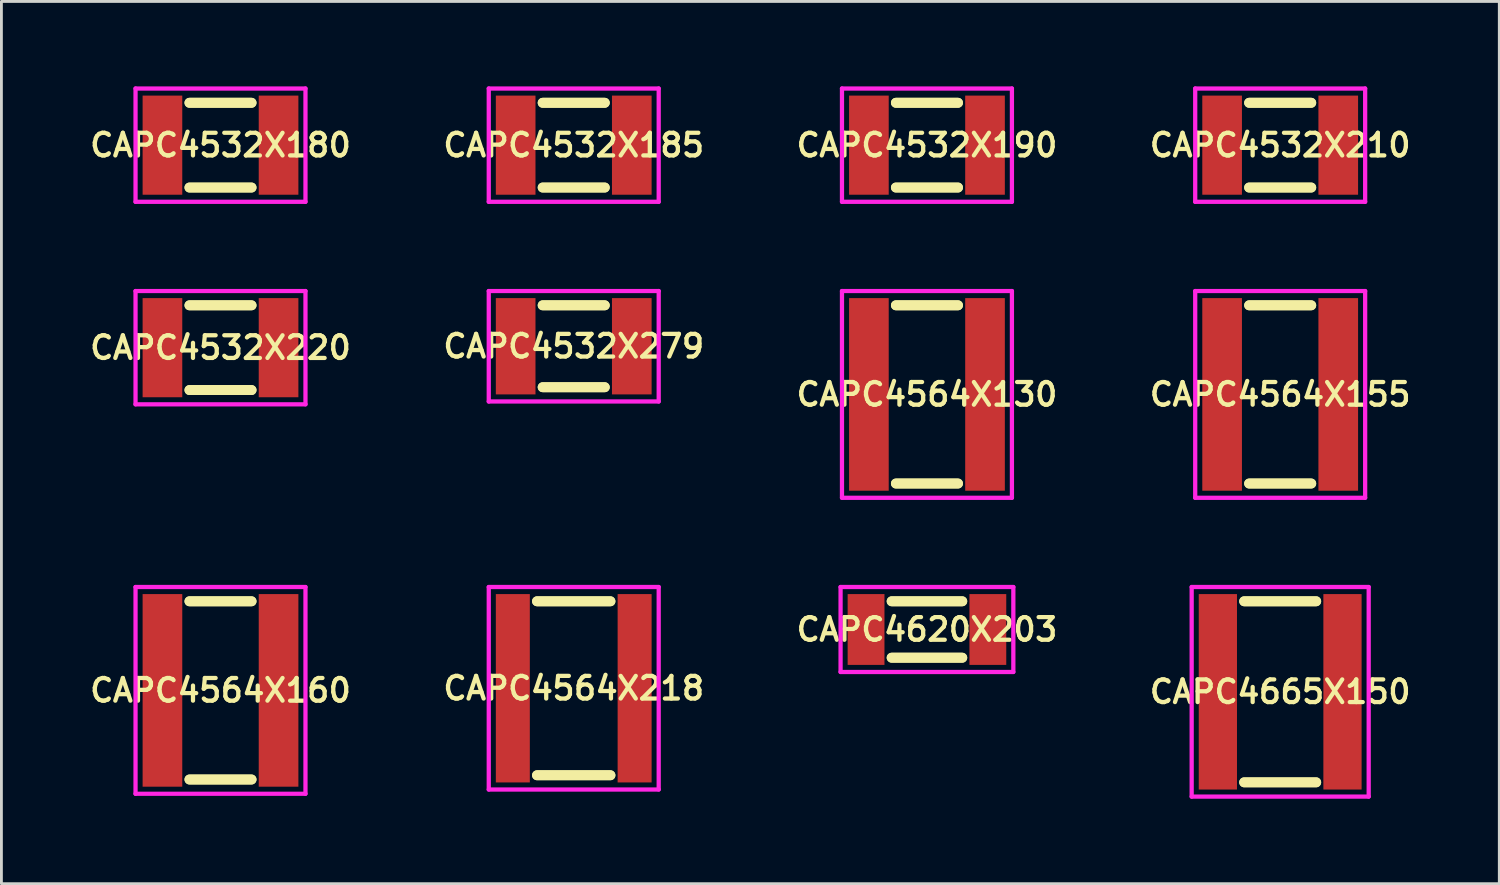
<source format=kicad_pcb>
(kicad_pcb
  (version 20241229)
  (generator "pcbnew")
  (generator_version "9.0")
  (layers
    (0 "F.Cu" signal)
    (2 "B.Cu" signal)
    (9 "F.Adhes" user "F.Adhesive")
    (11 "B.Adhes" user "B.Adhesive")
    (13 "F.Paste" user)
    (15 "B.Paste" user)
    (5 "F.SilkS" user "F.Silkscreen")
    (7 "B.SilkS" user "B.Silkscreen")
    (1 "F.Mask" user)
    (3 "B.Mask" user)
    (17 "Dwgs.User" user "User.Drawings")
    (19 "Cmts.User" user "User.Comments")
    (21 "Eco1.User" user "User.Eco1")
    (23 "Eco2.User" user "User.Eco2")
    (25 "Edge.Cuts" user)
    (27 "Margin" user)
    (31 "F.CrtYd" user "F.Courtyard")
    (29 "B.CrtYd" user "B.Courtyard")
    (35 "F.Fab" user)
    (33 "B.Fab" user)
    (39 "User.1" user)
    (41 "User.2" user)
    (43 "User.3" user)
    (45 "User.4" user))
  (footprint "CAPC4620X203"
    (layer "F.Cu")
    (at 29.677 19.175)
    (property "Reference" "CAPC4620X203" (at 0 0 0) (layer "F.SilkS") (effects (font (size 0.8 0.8) (thickness 0.15))))
    (attr smd)
    (fp_line (start -1.246 -0.996) (end 1.246 -0.996) (stroke (width 0.35) (type solid)) (layer "F.SilkS"))
    (fp_line (start -1.246 0.996) (end 1.246 0.996) (stroke (width 0.35) (type solid)) (layer "F.SilkS"))
    (fp_line (start 1.246 -0.996) (end -1.246 -0.996) (stroke (width 0.35) (type solid)) (layer "F.SilkS"))
    (fp_line (start 1.246 0.996) (end -1.246 0.996) (stroke (width 0.35) (type solid)) (layer "F.SilkS"))
    (fp_line (start -3.05 -1.5) (end 3.05 -1.5) (stroke (width 0.15) (type solid)) (layer "F.CrtYd"))
    (fp_line (start -3.05 1.5) (end -3.05 -1.5) (stroke (width 0.15) (type solid)) (layer "F.CrtYd"))
    (fp_line (start 3.05 -1.5) (end 3.05 1.5) (stroke (width 0.15) (type solid)) (layer "F.CrtYd"))
    (fp_line (start 3.05 1.5) (end -3.05 1.5) (stroke (width 0.15) (type solid)) (layer "F.CrtYd"))
    (pad "1" smd rect (at -2.15 0) (size 1.3 2.5) (layers "F.Cu" "F.Mask" "F.Paste"))
    (pad "2" smd rect (at 2.15 0) (size 1.3 2.5) (layers "F.Cu" "F.Mask" "F.Paste")))
  (footprint "CAPC4564X160"
    (layer "F.Cu")
    (at 4.735 21.325)
    (property "Reference" "CAPC4564X160" (at 0 0 0) (layer "F.SilkS") (effects (font (size 0.8 0.8) (thickness 0.15))))
    (attr through_hole)
    (fp_line (start -1.096 -3.146) (end 1.096 -3.146) (stroke (width 0.35) (type solid)) (layer "F.SilkS"))
    (fp_line (start -1.096 3.146) (end 1.096 3.146) (stroke (width 0.35) (type solid)) (layer "F.SilkS"))
    (fp_line (start 1.096 -3.146) (end -1.096 -3.146) (stroke (width 0.35) (type solid)) (layer "F.SilkS"))
    (fp_line (start 1.096 3.146) (end -1.096 3.146) (stroke (width 0.35) (type solid)) (layer "F.SilkS"))
    (fp_line (start -3 -3.65) (end 3 -3.65) (stroke (width 0.15) (type solid)) (layer "F.CrtYd"))
    (fp_line (start -3 3.65) (end -3 -3.65) (stroke (width 0.15) (type solid)) (layer "F.CrtYd"))
    (fp_line (start 3 -3.65) (end 3 3.65) (stroke (width 0.15) (type solid)) (layer "F.CrtYd"))
    (fp_line (start 3 3.65) (end -3 3.65) (stroke (width 0.15) (type solid)) (layer "F.CrtYd"))
    (pad "1" smd rect (at -2.05 0) (size 1.4 6.8) (layers "F.Cu" "F.Mask" "F.Paste"))
    (pad "2" smd rect (at 2.05 0) (size 1.4 6.8) (layers "F.Cu" "F.Mask" "F.Paste")))
  (footprint "CAPC4564X218"
    (layer "F.Cu")
    (at 17.206 21.25)
    (property "Reference" "CAPC4564X218" (at 0 0 0) (layer "F.SilkS") (effects (font (size 0.8 0.8) (thickness 0.15))))
    (attr smd)
    (fp_line (start -1.296 -3.071) (end 1.296 -3.071) (stroke (width 0.35) (type solid)) (layer "F.SilkS"))
    (fp_line (start -1.296 3.071) (end 1.296 3.071) (stroke (width 0.35) (type solid)) (layer "F.SilkS"))
    (fp_line (start 1.296 -3.071) (end -1.296 -3.071) (stroke (width 0.35) (type solid)) (layer "F.SilkS"))
    (fp_line (start 1.296 3.071) (end -1.296 3.071) (stroke (width 0.35) (type solid)) (layer "F.SilkS"))
    (fp_line (start -3 -3.575) (end 3 -3.575) (stroke (width 0.15) (type solid)) (layer "F.CrtYd"))
    (fp_line (start -3 3.575) (end -3 -3.575) (stroke (width 0.15) (type solid)) (layer "F.CrtYd"))
    (fp_line (start 3 -3.575) (end 3 3.575) (stroke (width 0.15) (type solid)) (layer "F.CrtYd"))
    (fp_line (start 3 3.575) (end -3 3.575) (stroke (width 0.15) (type solid)) (layer "F.CrtYd"))
    (pad "1" smd rect (at -2.15 0) (size 1.2 6.65) (layers "F.Cu" "F.Mask" "F.Paste"))
    (pad "2" smd rect (at 2.15 0) (size 1.2 6.65) (layers "F.Cu" "F.Mask" "F.Paste")))
  (footprint "CAPC4532X185"
    (layer "F.Cu")
    (at 17.206 2.075)
    (property "Reference" "CAPC4532X185" (at 0 0 0) (layer "F.SilkS") (effects (font (size 0.8 0.8) (thickness 0.15))))
    (attr smd)
    (fp_line (start -1.096 -1.496) (end 1.096 -1.496) (stroke (width 0.35) (type solid)) (layer "F.SilkS"))
    (fp_line (start -1.096 1.496) (end 1.096 1.496) (stroke (width 0.35) (type solid)) (layer "F.SilkS"))
    (fp_line (start 1.096 -1.496) (end -1.096 -1.496) (stroke (width 0.35) (type solid)) (layer "F.SilkS"))
    (fp_line (start 1.096 1.496) (end -1.096 1.496) (stroke (width 0.35) (type solid)) (layer "F.SilkS"))
    (fp_line (start -3 -2) (end 3 -2) (stroke (width 0.15) (type solid)) (layer "F.CrtYd"))
    (fp_line (start -3 2) (end -3 -2) (stroke (width 0.15) (type solid)) (layer "F.CrtYd"))
    (fp_line (start 3 -2) (end 3 2) (stroke (width 0.15) (type solid)) (layer "F.CrtYd"))
    (fp_line (start 3 2) (end -3 2) (stroke (width 0.15) (type solid)) (layer "F.CrtYd"))
    (pad "1" smd rect (at -2.05 0) (size 1.4 3.5) (layers "F.Cu" "F.Mask" "F.Paste"))
    (pad "2" smd rect (at 2.05 0) (size 1.4 3.5) (layers "F.Cu" "F.Mask" "F.Paste")))
  (footprint "CAPC4665X150"
    (layer "F.Cu")
    (at 42.148 21.375)
    (property "Reference" "CAPC4665X150" (at 0 0 0) (layer "F.SilkS") (effects (font (size 0.8 0.8) (thickness 0.15))))
    (attr smd)
    (fp_line (start -1.271 -3.196) (end 1.271 -3.196) (stroke (width 0.35) (type solid)) (layer "F.SilkS"))
    (fp_line (start -1.271 3.196) (end 1.271 3.196) (stroke (width 0.35) (type solid)) (layer "F.SilkS"))
    (fp_line (start 1.271 -3.196) (end -1.271 -3.196) (stroke (width 0.35) (type solid)) (layer "F.SilkS"))
    (fp_line (start 1.271 3.196) (end -1.271 3.196) (stroke (width 0.35) (type solid)) (layer "F.SilkS"))
    (fp_line (start -3.125 -3.7) (end 3.125 -3.7) (stroke (width 0.15) (type solid)) (layer "F.CrtYd"))
    (fp_line (start -3.125 3.7) (end -3.125 -3.7) (stroke (width 0.15) (type solid)) (layer "F.CrtYd"))
    (fp_line (start 3.125 -3.7) (end 3.125 3.7) (stroke (width 0.15) (type solid)) (layer "F.CrtYd"))
    (fp_line (start 3.125 3.7) (end -3.125 3.7) (stroke (width 0.15) (type solid)) (layer "F.CrtYd"))
    (pad "1" smd rect (at -2.2 0) (size 1.35 6.9) (layers "F.Cu" "F.Mask" "F.Paste"))
    (pad "2" smd rect (at 2.2 0) (size 1.35 6.9) (layers "F.Cu" "F.Mask" "F.Paste")))
  (footprint "CAPC4532X210"
    (layer "F.Cu")
    (at 42.148 2.075)
    (property "Reference" "CAPC4532X210" (at 0 0 0) (layer "F.SilkS") (effects (font (size 0.8 0.8) (thickness 0.15))))
    (attr smd)
    (fp_line (start -1.096 -1.496) (end 1.096 -1.496) (stroke (width 0.35) (type solid)) (layer "F.SilkS"))
    (fp_line (start -1.096 1.496) (end 1.096 1.496) (stroke (width 0.35) (type solid)) (layer "F.SilkS"))
    (fp_line (start 1.096 -1.496) (end -1.096 -1.496) (stroke (width 0.35) (type solid)) (layer "F.SilkS"))
    (fp_line (start 1.096 1.496) (end -1.096 1.496) (stroke (width 0.35) (type solid)) (layer "F.SilkS"))
    (fp_line (start -3 -2) (end 3 -2) (stroke (width 0.15) (type solid)) (layer "F.CrtYd"))
    (fp_line (start -3 2) (end -3 -2) (stroke (width 0.15) (type solid)) (layer "F.CrtYd"))
    (fp_line (start 3 -2) (end 3 2) (stroke (width 0.15) (type solid)) (layer "F.CrtYd"))
    (fp_line (start 3 2) (end -3 2) (stroke (width 0.15) (type solid)) (layer "F.CrtYd"))
    (pad "1" smd rect (at -2.05 0) (size 1.4 3.5) (layers "F.Cu" "F.Mask" "F.Paste"))
    (pad "2" smd rect (at 2.05 0) (size 1.4 3.5) (layers "F.Cu" "F.Mask" "F.Paste")))
  (footprint "CAPC4532X279"
    (layer "F.Cu")
    (at 17.206 9.175)
    (property "Reference" "CAPC4532X279" (at 0 0 0) (layer "F.SilkS") (effects (font (size 0.8 0.8) (thickness 0.15))))
    (attr through_hole)
    (fp_line (start -1.096 -1.446) (end 1.096 -1.446) (stroke (width 0.35) (type solid)) (layer "F.SilkS"))
    (fp_line (start -1.096 1.446) (end 1.096 1.446) (stroke (width 0.35) (type solid)) (layer "F.SilkS"))
    (fp_line (start 1.096 -1.446) (end -1.096 -1.446) (stroke (width 0.35) (type solid)) (layer "F.SilkS"))
    (fp_line (start 1.096 1.446) (end -1.096 1.446) (stroke (width 0.35) (type solid)) (layer "F.SilkS"))
    (fp_line (start -3 -1.95) (end 3 -1.95) (stroke (width 0.15) (type solid)) (layer "F.CrtYd"))
    (fp_line (start -3 1.95) (end -3 -1.95) (stroke (width 0.15) (type solid)) (layer "F.CrtYd"))
    (fp_line (start 3 -1.95) (end 3 1.95) (stroke (width 0.15) (type solid)) (layer "F.CrtYd"))
    (fp_line (start 3 1.95) (end -3 1.95) (stroke (width 0.15) (type solid)) (layer "F.CrtYd"))
    (pad "1" smd rect (at -2.05 0) (size 1.4 3.4) (layers "F.Cu" "F.Mask" "F.Paste"))
    (pad "2" smd rect (at 2.05 0) (size 1.4 3.4) (layers "F.Cu" "F.Mask" "F.Paste")))
  (footprint "CAPC4532X190"
    (layer "F.Cu")
    (at 29.677 2.075)
    (property "Reference" "CAPC4532X190" (at 0 0 0) (layer "F.SilkS") (effects (font (size 0.8 0.8) (thickness 0.15))))
    (attr smd)
    (fp_line (start -1.096 -1.496) (end 1.096 -1.496) (stroke (width 0.35) (type solid)) (layer "F.SilkS"))
    (fp_line (start -1.096 1.496) (end 1.096 1.496) (stroke (width 0.35) (type solid)) (layer "F.SilkS"))
    (fp_line (start 1.096 -1.496) (end -1.096 -1.496) (stroke (width 0.35) (type solid)) (layer "F.SilkS"))
    (fp_line (start 1.096 1.496) (end -1.096 1.496) (stroke (width 0.35) (type solid)) (layer "F.SilkS"))
    (fp_line (start -3 -2) (end 3 -2) (stroke (width 0.15) (type solid)) (layer "F.CrtYd"))
    (fp_line (start -3 2) (end -3 -2) (stroke (width 0.15) (type solid)) (layer "F.CrtYd"))
    (fp_line (start 3 -2) (end 3 2) (stroke (width 0.15) (type solid)) (layer "F.CrtYd"))
    (fp_line (start 3 2) (end -3 2) (stroke (width 0.15) (type solid)) (layer "F.CrtYd"))
    (pad "1" smd rect (at -2.05 0) (size 1.4 3.5) (layers "F.Cu" "F.Mask" "F.Paste"))
    (pad "2" smd rect (at 2.05 0) (size 1.4 3.5) (layers "F.Cu" "F.Mask" "F.Paste")))
  (footprint "CAPC4532X180"
    (layer "F.Cu")
    (at 4.735 2.075)
    (property "Reference" "CAPC4532X180" (at 0 0 0) (layer "F.SilkS") (effects (font (size 0.8 0.8) (thickness 0.15))))
    (attr through_hole)
    (fp_line (start -1.096 -1.496) (end 1.096 -1.496) (stroke (width 0.35) (type solid)) (layer "F.SilkS"))
    (fp_line (start -1.096 1.496) (end 1.096 1.496) (stroke (width 0.35) (type solid)) (layer "F.SilkS"))
    (fp_line (start 1.096 -1.496) (end -1.096 -1.496) (stroke (width 0.35) (type solid)) (layer "F.SilkS"))
    (fp_line (start 1.096 1.496) (end -1.096 1.496) (stroke (width 0.35) (type solid)) (layer "F.SilkS"))
    (fp_line (start -3 -2) (end 3 -2) (stroke (width 0.15) (type solid)) (layer "F.CrtYd"))
    (fp_line (start -3 2) (end -3 -2) (stroke (width 0.15) (type solid)) (layer "F.CrtYd"))
    (fp_line (start 3 -2) (end 3 2) (stroke (width 0.15) (type solid)) (layer "F.CrtYd"))
    (fp_line (start 3 2) (end -3 2) (stroke (width 0.15) (type solid)) (layer "F.CrtYd"))
    (pad "1" smd rect (at -2.05 0) (size 1.4 3.5) (layers "F.Cu" "F.Mask" "F.Paste"))
    (pad "2" smd rect (at 2.05 0) (size 1.4 3.5) (layers "F.Cu" "F.Mask" "F.Paste")))
  (footprint "CAPC4532X220"
    (layer "F.Cu")
    (at 4.735 9.225)
    (property "Reference" "CAPC4532X220" (at 0 0 0) (layer "F.SilkS") (effects (font (size 0.8 0.8) (thickness 0.15))))
    (attr smd)
    (fp_line (start -1.096 -1.496) (end 1.096 -1.496) (stroke (width 0.35) (type solid)) (layer "F.SilkS"))
    (fp_line (start -1.096 1.496) (end 1.096 1.496) (stroke (width 0.35) (type solid)) (layer "F.SilkS"))
    (fp_line (start 1.096 -1.496) (end -1.096 -1.496) (stroke (width 0.35) (type solid)) (layer "F.SilkS"))
    (fp_line (start 1.096 1.496) (end -1.096 1.496) (stroke (width 0.35) (type solid)) (layer "F.SilkS"))
    (fp_line (start -3 -2) (end 3 -2) (stroke (width 0.15) (type solid)) (layer "F.CrtYd"))
    (fp_line (start -3 2) (end -3 -2) (stroke (width 0.15) (type solid)) (layer "F.CrtYd"))
    (fp_line (start 3 -2) (end 3 2) (stroke (width 0.15) (type solid)) (layer "F.CrtYd"))
    (fp_line (start 3 2) (end -3 2) (stroke (width 0.15) (type solid)) (layer "F.CrtYd"))
    (pad "1" smd rect (at -2.05 0) (size 1.4 3.5) (layers "F.Cu" "F.Mask" "F.Paste"))
    (pad "2" smd rect (at 2.05 0) (size 1.4 3.5) (layers "F.Cu" "F.Mask" "F.Paste")))
  (footprint "CAPC4564X155"
    (layer "F.Cu")
    (at 42.148 10.875)
    (property "Reference" "CAPC4564X155" (at 0 0 0) (layer "F.SilkS") (effects (font (size 0.8 0.8) (thickness 0.15))))
    (attr smd)
    (fp_line (start -1.096 -3.146) (end 1.096 -3.146) (stroke (width 0.35) (type solid)) (layer "F.SilkS"))
    (fp_line (start -1.096 3.146) (end 1.096 3.146) (stroke (width 0.35) (type solid)) (layer "F.SilkS"))
    (fp_line (start 1.096 -3.146) (end -1.096 -3.146) (stroke (width 0.35) (type solid)) (layer "F.SilkS"))
    (fp_line (start 1.096 3.146) (end -1.096 3.146) (stroke (width 0.35) (type solid)) (layer "F.SilkS"))
    (fp_line (start -3 -3.65) (end 3 -3.65) (stroke (width 0.15) (type solid)) (layer "F.CrtYd"))
    (fp_line (start -3 3.65) (end -3 -3.65) (stroke (width 0.15) (type solid)) (layer "F.CrtYd"))
    (fp_line (start 3 -3.65) (end 3 3.65) (stroke (width 0.15) (type solid)) (layer "F.CrtYd"))
    (fp_line (start 3 3.65) (end -3 3.65) (stroke (width 0.15) (type solid)) (layer "F.CrtYd"))
    (pad "1" smd rect (at -2.05 0) (size 1.4 6.8) (layers "F.Cu" "F.Mask" "F.Paste"))
    (pad "2" smd rect (at 2.05 0) (size 1.4 6.8) (layers "F.Cu" "F.Mask" "F.Paste")))
  (footprint "CAPC4564X130"
    (layer "F.Cu")
    (at 29.677 10.875)
    (property "Reference" "CAPC4564X130" (at 0 0 0) (layer "F.SilkS") (effects (font (size 0.8 0.8) (thickness 0.15))))
    (attr smd)
    (fp_line (start -1.096 -3.146) (end 1.096 -3.146) (stroke (width 0.35) (type solid)) (layer "F.SilkS"))
    (fp_line (start -1.096 3.146) (end 1.096 3.146) (stroke (width 0.35) (type solid)) (layer "F.SilkS"))
    (fp_line (start 1.096 -3.146) (end -1.096 -3.146) (stroke (width 0.35) (type solid)) (layer "F.SilkS"))
    (fp_line (start 1.096 3.146) (end -1.096 3.146) (stroke (width 0.35) (type solid)) (layer "F.SilkS"))
    (fp_line (start -3 -3.65) (end 3 -3.65) (stroke (width 0.15) (type solid)) (layer "F.CrtYd"))
    (fp_line (start -3 3.65) (end -3 -3.65) (stroke (width 0.15) (type solid)) (layer "F.CrtYd"))
    (fp_line (start 3 -3.65) (end 3 3.65) (stroke (width 0.15) (type solid)) (layer "F.CrtYd"))
    (fp_line (start 3 3.65) (end -3 3.65) (stroke (width 0.15) (type solid)) (layer "F.CrtYd"))
    (pad "1" smd rect (at -2.05 0) (size 1.4 6.8) (layers "F.Cu" "F.Mask" "F.Paste"))
    (pad "2" smd rect (at 2.05 0) (size 1.4 6.8) (layers "F.Cu" "F.Mask" "F.Paste")))
  (gr_rect
    (start -3 -3)
    (end 49.884 28.15)
    (stroke (width 0.1) (type default))
    (fill no)
    (layer "Edge.Cuts")))
</source>
